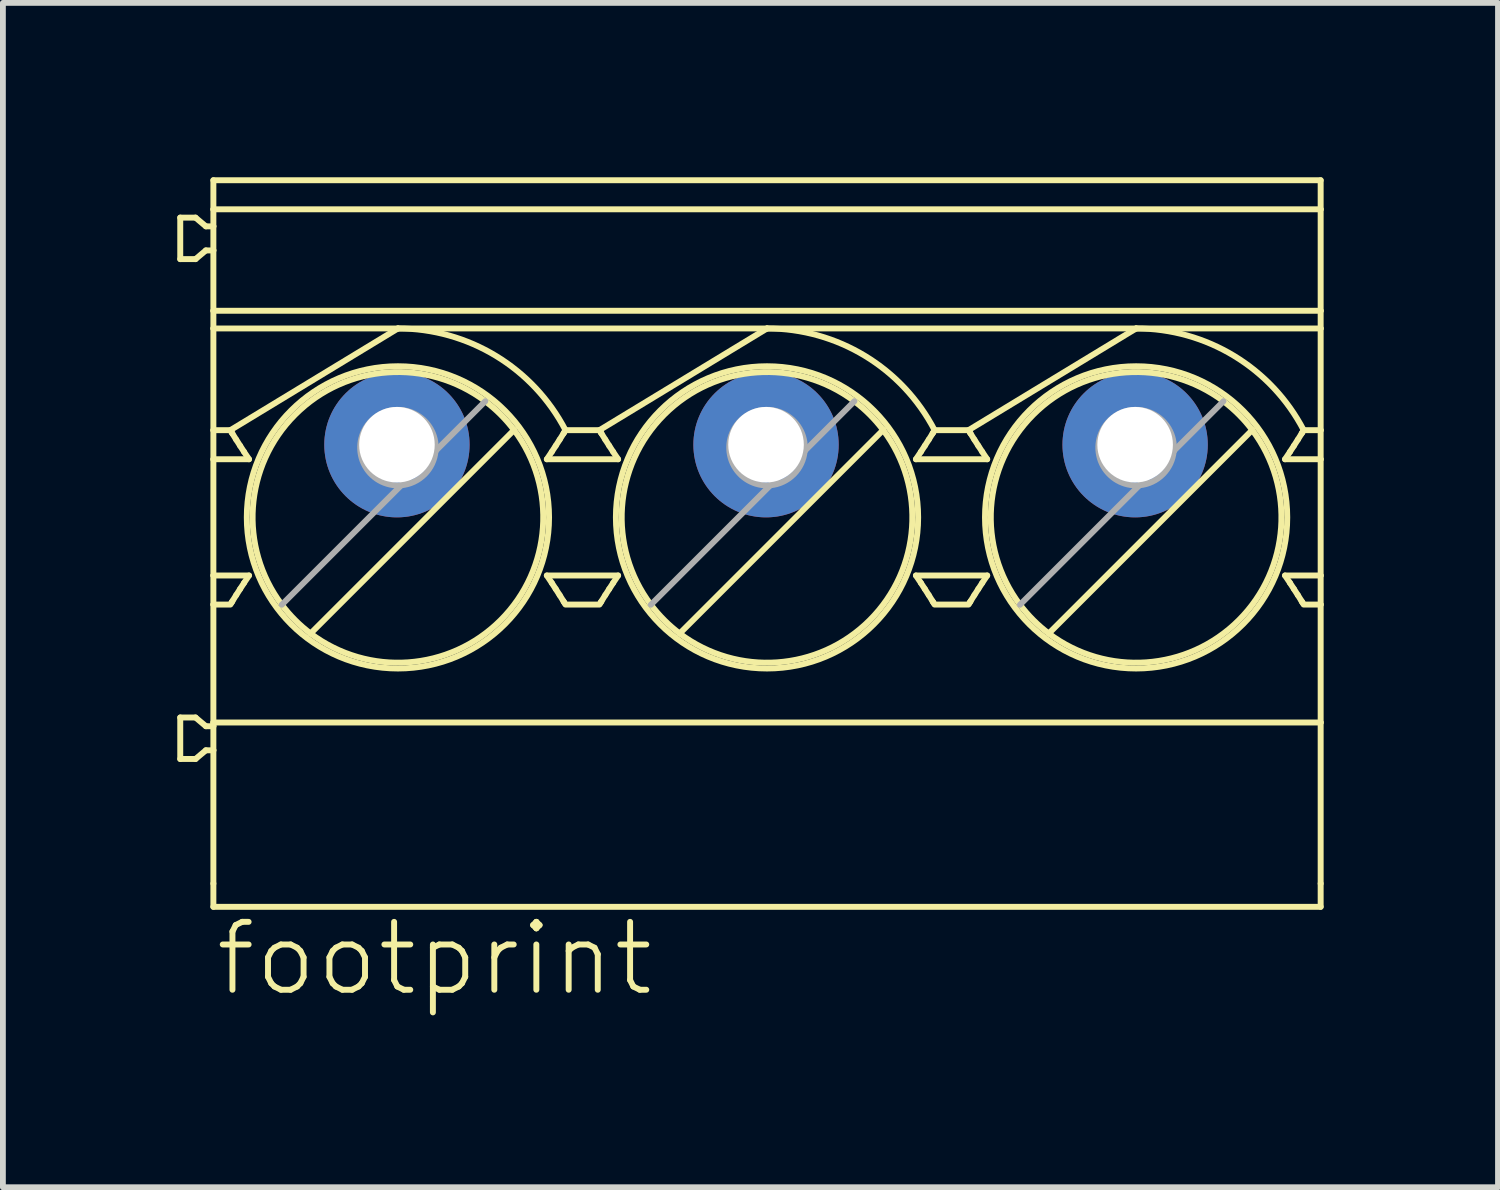
<source format=kicad_pcb>
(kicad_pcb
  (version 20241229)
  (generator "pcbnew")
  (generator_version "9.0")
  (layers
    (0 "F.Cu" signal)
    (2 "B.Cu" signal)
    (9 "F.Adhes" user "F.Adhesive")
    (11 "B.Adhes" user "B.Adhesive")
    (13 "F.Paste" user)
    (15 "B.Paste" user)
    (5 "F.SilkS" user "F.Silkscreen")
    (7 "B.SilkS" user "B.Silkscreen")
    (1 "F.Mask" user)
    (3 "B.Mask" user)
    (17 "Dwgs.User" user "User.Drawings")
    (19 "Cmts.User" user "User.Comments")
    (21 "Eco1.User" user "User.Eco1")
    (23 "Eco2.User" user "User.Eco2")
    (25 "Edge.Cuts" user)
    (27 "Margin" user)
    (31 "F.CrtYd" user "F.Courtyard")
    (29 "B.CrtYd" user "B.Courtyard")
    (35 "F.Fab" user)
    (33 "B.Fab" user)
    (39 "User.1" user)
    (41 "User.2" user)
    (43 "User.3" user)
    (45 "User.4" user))
  (footprint "footprint"
    (layer "F.Cu")
    (at 10.129 4.601)
    (property "Reference" "footprint" (at -9.525 9.525 0) (layer "F.SilkS") (effects (font (size 1.168 1.168) (thickness 0.102)) (justify left bottom)))
    (fp_line (start -10.078 -3.907) (end -10.078 -3.193) (stroke (width 0.102) (type solid)) (layer "F.SilkS"))
    (fp_line (start -10.078 -3.193) (end -9.815 -3.193) (stroke (width 0.102) (type solid)) (layer "F.SilkS"))
    (fp_line (start -10.078 4.693) (end -10.078 5.407) (stroke (width 0.102) (type solid)) (layer "F.SilkS"))
    (fp_line (start -10.078 5.407) (end -9.815 5.407) (stroke (width 0.102) (type solid)) (layer "F.SilkS"))
    (fp_line (start -9.815 -3.907) (end -10.078 -3.907) (stroke (width 0.102) (type solid)) (layer "F.SilkS"))
    (fp_line (start -9.815 -3.193) (end -9.637 -3.343) (stroke (width 0.102) (type solid)) (layer "F.SilkS"))
    (fp_line (start -9.815 4.693) (end -10.078 4.693) (stroke (width 0.102) (type solid)) (layer "F.SilkS"))
    (fp_line (start -9.815 5.407) (end -9.637 5.257) (stroke (width 0.102) (type solid)) (layer "F.SilkS"))
    (fp_line (start -9.637 -3.757) (end -9.815 -3.907) (stroke (width 0.102) (type solid)) (layer "F.SilkS"))
    (fp_line (start -9.637 -3.343) (end -9.508 -3.343) (stroke (width 0.102) (type solid)) (layer "F.SilkS"))
    (fp_line (start -9.637 4.843) (end -9.815 4.693) (stroke (width 0.102) (type solid)) (layer "F.SilkS"))
    (fp_line (start -9.637 5.257) (end -9.508 5.257) (stroke (width 0.102) (type solid)) (layer "F.SilkS"))
    (fp_line (start -9.508 -4.05) (end -9.508 -4.55) (stroke (width 0.102) (type solid)) (layer "F.SilkS"))
    (fp_line (start -9.508 -3.757) (end -9.637 -3.757) (stroke (width 0.102) (type solid)) (layer "F.SilkS"))
    (fp_line (start -9.508 -3.757) (end -9.508 -4.05) (stroke (width 0.102) (type solid)) (layer "F.SilkS"))
    (fp_line (start -9.508 -3.343) (end -9.508 -3.757) (stroke (width 0.102) (type solid)) (layer "F.SilkS"))
    (fp_line (start -9.508 -2.304) (end -9.508 -3.343) (stroke (width 0.102) (type solid)) (layer "F.SilkS"))
    (fp_line (start -9.508 -2.304) (end -9.508 -2) (stroke (width 0.102) (type solid)) (layer "F.SilkS"))
    (fp_line (start -9.508 -2.304) (end 9.542 -2.304) (stroke (width 0.102) (type solid)) (layer "F.SilkS"))
    (fp_line (start -9.508 -2) (end -9.508 -0.25) (stroke (width 0.102) (type solid)) (layer "F.SilkS"))
    (fp_line (start -9.508 -2) (end -6.333 -2) (stroke (width 0.102) (type solid)) (layer "F.SilkS"))
    (fp_line (start -9.508 -0.25) (end -9.508 0.25) (stroke (width 0.102) (type solid)) (layer "F.SilkS"))
    (fp_line (start -9.508 -0.25) (end -9.216 -0.25) (stroke (width 0.102) (type solid)) (layer "F.SilkS"))
    (fp_line (start -9.508 0.25) (end -9.508 2.25) (stroke (width 0.102) (type solid)) (layer "F.SilkS"))
    (fp_line (start -9.508 0.25) (end -8.895 0.25) (stroke (width 0.102) (type solid)) (layer "F.SilkS"))
    (fp_line (start -9.508 2.25) (end -9.508 2.75) (stroke (width 0.102) (type solid)) (layer "F.SilkS"))
    (fp_line (start -9.508 2.75) (end -9.508 4.779) (stroke (width 0.102) (type solid)) (layer "F.SilkS"))
    (fp_line (start -9.508 4.779) (end -9.508 4.843) (stroke (width 0.102) (type solid)) (layer "F.SilkS"))
    (fp_line (start -9.508 4.843) (end -9.637 4.843) (stroke (width 0.102) (type solid)) (layer "F.SilkS"))
    (fp_line (start -9.508 4.843) (end -9.508 5.257) (stroke (width 0.102) (type solid)) (layer "F.SilkS"))
    (fp_line (start -9.508 5.257) (end -9.508 7.55) (stroke (width 0.102) (type solid)) (layer "F.SilkS"))
    (fp_line (start -9.508 7.55) (end -9.508 7.95) (stroke (width 0.102) (type solid)) (layer "F.SilkS"))
    (fp_line (start -9.508 7.95) (end 9.542 7.95) (stroke (width 0.102) (type solid)) (layer "F.SilkS"))
    (fp_line (start -9.216 2.75) (end -9.508 2.75) (stroke (width 0.102) (type solid)) (layer "F.SilkS"))
    (fp_line (start -9.205 -0.232) (end -9.193 -0.212) (stroke (width 0.102) (type solid)) (layer "F.SilkS"))
    (fp_line (start -9.193 -0.212) (end -9.181 -0.192) (stroke (width 0.102) (type solid)) (layer "F.SilkS"))
    (fp_line (start -9.193 2.712) (end -9.205 2.732) (stroke (width 0.102) (type solid)) (layer "F.SilkS"))
    (fp_line (start -9.181 2.692) (end -9.193 2.712) (stroke (width 0.102) (type solid)) (layer "F.SilkS"))
    (fp_line (start -9.115 -0.087) (end -9.048 0.018) (stroke (width 0.102) (type solid)) (layer "F.SilkS"))
    (fp_line (start -9.048 2.482) (end -9.115 2.587) (stroke (width 0.102) (type solid)) (layer "F.SilkS"))
    (fp_line (start -9.048 0.018) (end -8.981 0.121) (stroke (width 0.102) (type solid)) (layer "F.SilkS"))
    (fp_line (start -8.981 2.379) (end -9.048 2.482) (stroke (width 0.102) (type solid)) (layer "F.SilkS"))
    (fp_line (start -8.895 2.25) (end -9.508 2.25) (stroke (width 0.102) (type solid)) (layer "F.SilkS"))
    (fp_line (start -8.331 2.753) (end -8.331 2.753) (stroke (width 0.102) (type solid)) (layer "F.SilkS"))
    (fp_line (start -6.333 -2) (end -9.216 -0.25) (stroke (width 0.102) (type solid)) (layer "F.SilkS"))
    (fp_line (start -6.333 -2) (end 0.017 -2) (stroke (width 0.102) (type solid)) (layer "F.SilkS"))
    (fp_line (start -4.335 -0.253) (end -7.836 3.248) (stroke (width 0.102) (type solid)) (layer "F.SilkS"))
    (fp_line (start -3.771 0.25) (end -2.545 0.25) (stroke (width 0.102) (type solid)) (layer "F.SilkS"))
    (fp_line (start -3.685 0.121) (end -3.618 0.018) (stroke (width 0.102) (type solid)) (layer "F.SilkS"))
    (fp_line (start -3.618 0.018) (end -3.551 -0.087) (stroke (width 0.102) (type solid)) (layer "F.SilkS"))
    (fp_line (start -3.618 2.482) (end -3.685 2.379) (stroke (width 0.102) (type solid)) (layer "F.SilkS"))
    (fp_line (start -3.551 2.587) (end -3.618 2.482) (stroke (width 0.102) (type solid)) (layer "F.SilkS"))
    (fp_line (start -3.485 -0.192) (end -3.473 -0.212) (stroke (width 0.102) (type solid)) (layer "F.SilkS"))
    (fp_line (start -3.473 2.712) (end -3.485 2.692) (stroke (width 0.102) (type solid)) (layer "F.SilkS"))
    (fp_line (start -3.473 -0.212) (end -3.461 -0.232) (stroke (width 0.102) (type solid)) (layer "F.SilkS"))
    (fp_line (start -3.461 2.732) (end -3.473 2.712) (stroke (width 0.102) (type solid)) (layer "F.SilkS"))
    (fp_line (start -3.45 -0.25) (end -2.866 -0.25) (stroke (width 0.102) (type solid)) (layer "F.SilkS"))
    (fp_line (start -2.866 2.75) (end -3.45 2.75) (stroke (width 0.102) (type solid)) (layer "F.SilkS"))
    (fp_line (start -2.855 -0.232) (end -2.843 -0.212) (stroke (width 0.102) (type solid)) (layer "F.SilkS"))
    (fp_line (start -2.843 -0.212) (end -2.831 -0.192) (stroke (width 0.102) (type solid)) (layer "F.SilkS"))
    (fp_line (start -2.843 2.712) (end -2.855 2.732) (stroke (width 0.102) (type solid)) (layer "F.SilkS"))
    (fp_line (start -2.831 2.692) (end -2.843 2.712) (stroke (width 0.102) (type solid)) (layer "F.SilkS"))
    (fp_line (start -2.765 -0.087) (end -2.698 0.018) (stroke (width 0.102) (type solid)) (layer "F.SilkS"))
    (fp_line (start -2.698 0.018) (end -2.631 0.121) (stroke (width 0.102) (type solid)) (layer "F.SilkS"))
    (fp_line (start -2.698 2.482) (end -2.765 2.587) (stroke (width 0.102) (type solid)) (layer "F.SilkS"))
    (fp_line (start -2.631 2.379) (end -2.698 2.482) (stroke (width 0.102) (type solid)) (layer "F.SilkS"))
    (fp_line (start -2.545 2.25) (end -3.771 2.25) (stroke (width 0.102) (type solid)) (layer "F.SilkS"))
    (fp_line (start 0.017 -2) (end -2.866 -0.25) (stroke (width 0.102) (type solid)) (layer "F.SilkS"))
    (fp_line (start 0.017 -2) (end 6.367 -2) (stroke (width 0.102) (type solid)) (layer "F.SilkS"))
    (fp_line (start 2.015 -0.253) (end -1.486 3.248) (stroke (width 0.102) (type solid)) (layer "F.SilkS"))
    (fp_line (start 2.015 -0.253) (end 2.015 -0.253) (stroke (width 0.102) (type solid)) (layer "F.SilkS"))
    (fp_line (start 2.579 0.25) (end 3.805 0.25) (stroke (width 0.102) (type solid)) (layer "F.SilkS"))
    (fp_line (start 2.665 0.121) (end 2.732 0.018) (stroke (width 0.102) (type solid)) (layer "F.SilkS"))
    (fp_line (start 2.732 0.018) (end 2.799 -0.087) (stroke (width 0.102) (type solid)) (layer "F.SilkS"))
    (fp_line (start 2.732 2.482) (end 2.665 2.379) (stroke (width 0.102) (type solid)) (layer "F.SilkS"))
    (fp_line (start 2.799 2.587) (end 2.732 2.482) (stroke (width 0.102) (type solid)) (layer "F.SilkS"))
    (fp_line (start 2.865 -0.192) (end 2.877 -0.212) (stroke (width 0.102) (type solid)) (layer "F.SilkS"))
    (fp_line (start 2.877 -0.212) (end 2.889 -0.232) (stroke (width 0.102) (type solid)) (layer "F.SilkS"))
    (fp_line (start 2.877 2.712) (end 2.865 2.692) (stroke (width 0.102) (type solid)) (layer "F.SilkS"))
    (fp_line (start 2.889 2.732) (end 2.877 2.712) (stroke (width 0.102) (type solid)) (layer "F.SilkS"))
    (fp_line (start 2.9 -0.25) (end 3.484 -0.25) (stroke (width 0.102) (type solid)) (layer "F.SilkS"))
    (fp_line (start 3.484 2.75) (end 2.9 2.75) (stroke (width 0.102) (type solid)) (layer "F.SilkS"))
    (fp_line (start 3.495 -0.232) (end 3.507 -0.212) (stroke (width 0.102) (type solid)) (layer "F.SilkS"))
    (fp_line (start 3.495 2.732) (end 3.507 2.712) (stroke (width 0.102) (type solid)) (layer "F.SilkS"))
    (fp_line (start 3.507 -0.212) (end 3.519 -0.192) (stroke (width 0.102) (type solid)) (layer "F.SilkS"))
    (fp_line (start 3.507 2.712) (end 3.519 2.692) (stroke (width 0.102) (type solid)) (layer "F.SilkS"))
    (fp_line (start 3.585 -0.087) (end 3.652 0.018) (stroke (width 0.102) (type solid)) (layer "F.SilkS"))
    (fp_line (start 3.585 2.587) (end 3.652 2.482) (stroke (width 0.102) (type solid)) (layer "F.SilkS"))
    (fp_line (start 3.652 2.482) (end 3.719 2.379) (stroke (width 0.102) (type solid)) (layer "F.SilkS"))
    (fp_line (start 3.652 0.018) (end 3.719 0.121) (stroke (width 0.102) (type solid)) (layer "F.SilkS"))
    (fp_line (start 3.805 2.25) (end 2.579 2.25) (stroke (width 0.102) (type solid)) (layer "F.SilkS"))
    (fp_line (start 6.367 -2) (end 3.484 -0.25) (stroke (width 0.102) (type solid)) (layer "F.SilkS"))
    (fp_line (start 6.367 -2) (end 9.542 -2) (stroke (width 0.102) (type solid)) (layer "F.SilkS"))
    (fp_line (start 8.365 -0.253) (end 4.864 3.248) (stroke (width 0.102) (type solid)) (layer "F.SilkS"))
    (fp_line (start 8.365 -0.253) (end 8.365 -0.253) (stroke (width 0.102) (type solid)) (layer "F.SilkS"))
    (fp_line (start 8.929 0.25) (end 9.542 0.25) (stroke (width 0.102) (type solid)) (layer "F.SilkS"))
    (fp_line (start 9.015 0.121) (end 9.082 0.018) (stroke (width 0.102) (type solid)) (layer "F.SilkS"))
    (fp_line (start 9.015 2.379) (end 9.082 2.482) (stroke (width 0.102) (type solid)) (layer "F.SilkS"))
    (fp_line (start 9.082 2.482) (end 9.149 2.587) (stroke (width 0.102) (type solid)) (layer "F.SilkS"))
    (fp_line (start 9.082 0.018) (end 9.149 -0.087) (stroke (width 0.102) (type solid)) (layer "F.SilkS"))
    (fp_line (start 9.215 -0.192) (end 9.227 -0.212) (stroke (width 0.102) (type solid)) (layer "F.SilkS"))
    (fp_line (start 9.215 2.692) (end 9.227 2.712) (stroke (width 0.102) (type solid)) (layer "F.SilkS"))
    (fp_line (start 9.227 2.712) (end 9.239 2.732) (stroke (width 0.102) (type solid)) (layer "F.SilkS"))
    (fp_line (start 9.227 -0.212) (end 9.239 -0.232) (stroke (width 0.102) (type solid)) (layer "F.SilkS"))
    (fp_line (start 9.25 -0.25) (end 9.542 -0.25) (stroke (width 0.102) (type solid)) (layer "F.SilkS"))
    (fp_line (start 9.542 -4.55) (end -9.508 -4.55) (stroke (width 0.102) (type solid)) (layer "F.SilkS"))
    (fp_line (start 9.542 -4.05) (end -9.508 -4.05) (stroke (width 0.102) (type solid)) (layer "F.SilkS"))
    (fp_line (start 9.542 -4.05) (end 9.542 -4.55) (stroke (width 0.102) (type solid)) (layer "F.SilkS"))
    (fp_line (start 9.542 -4.05) (end 9.542 -2.304) (stroke (width 0.102) (type solid)) (layer "F.SilkS"))
    (fp_line (start 9.542 -2) (end 9.542 -2.304) (stroke (width 0.102) (type solid)) (layer "F.SilkS"))
    (fp_line (start 9.542 -0.25) (end 9.542 -2) (stroke (width 0.102) (type solid)) (layer "F.SilkS"))
    (fp_line (start 9.542 0.25) (end 9.542 -0.25) (stroke (width 0.102) (type solid)) (layer "F.SilkS"))
    (fp_line (start 9.542 2.25) (end 8.929 2.25) (stroke (width 0.102) (type solid)) (layer "F.SilkS"))
    (fp_line (start 9.542 2.25) (end 9.542 0.25) (stroke (width 0.102) (type solid)) (layer "F.SilkS"))
    (fp_line (start 9.542 2.75) (end 9.25 2.75) (stroke (width 0.102) (type solid)) (layer "F.SilkS"))
    (fp_line (start 9.542 2.75) (end 9.542 2.25) (stroke (width 0.102) (type solid)) (layer "F.SilkS"))
    (fp_line (start 9.542 4.779) (end -9.508 4.779) (stroke (width 0.102) (type solid)) (layer "F.SilkS"))
    (fp_line (start 9.542 4.779) (end 9.542 2.75) (stroke (width 0.102) (type solid)) (layer "F.SilkS"))
    (fp_line (start 9.542 7.55) (end 9.542 4.779) (stroke (width 0.102) (type solid)) (layer "F.SilkS"))
    (fp_line (start 9.542 7.55) (end 9.542 7.95) (stroke (width 0.102) (type solid)) (layer "F.SilkS"))
    (fp_arc (start -9.181 2.6924) (mid -9.148339 2.639564) (end -9.1154 2.5869) (stroke (width 0.1016) (type solid)) (layer "F.SilkS"))
    (fp_arc (start -9.1154 -0.0869) (mid -9.148337 -0.139565) (end -9.181 -0.1924) (stroke (width 0.1016) (type solid)) (layer "F.SilkS"))
    (fp_arc (start -8.9814 2.379) (mid -8.9383 2.314332) (end -8.8947 2.25) (stroke (width 0.1016) (type solid)) (layer "F.SilkS"))
    (fp_arc (start -8.8947 0.25) (mid -8.938297 0.185666) (end -8.9814 0.121) (stroke (width 0.1016) (type solid)) (layer "F.SilkS"))
    (fp_arc (start -8.3307 2.752798) (mid -8.100611 -0.517713) (end -4.8301 -0.7478) (stroke (width 0.1016) (type solid)) (layer "F.SilkS"))
    (fp_arc (start -7.8358 3.2479) (mid -8.100712 3.017812) (end -8.3308 2.7529) (stroke (width 0.1016) (type solid)) (layer "F.SilkS"))
    (fp_arc (start -6.332999 -1.999999) (mid -4.646615 -1.528293) (end -3.4498 -0.25) (stroke (width 0.1016) (type solid)) (layer "F.SilkS"))
    (fp_arc (start -4.8301 -0.7478) (mid -4.565192 -0.517762) (end -4.3351 -0.2529) (stroke (width 0.1016) (type solid)) (layer "F.SilkS"))
    (fp_arc (start -4.3351 -0.252902) (mid -4.56523 3.017668) (end -7.8358 3.2478) (stroke (width 0.1016) (type solid)) (layer "F.SilkS"))
    (fp_arc (start -3.7712 2.25) (mid -3.727653 2.314334) (end -3.6846 2.379) (stroke (width 0.1016) (type solid)) (layer "F.SilkS"))
    (fp_arc (start -3.6846 0.121) (mid -3.727651 0.185667) (end -3.7712 0.25) (stroke (width 0.1016) (type solid)) (layer "F.SilkS"))
    (fp_arc (start -3.5506 2.5869) (mid -3.517663 2.639565) (end -3.485 2.6924) (stroke (width 0.1016) (type solid)) (layer "F.SilkS"))
    (fp_arc (start -3.485 -0.1924) (mid -3.517662 -0.139564) (end -3.5506 -0.0869) (stroke (width 0.1016) (type solid)) (layer "F.SilkS"))
    (fp_arc (start -2.831 2.6924) (mid -2.798338 2.639564) (end -2.7654 2.5869) (stroke (width 0.1016) (type solid)) (layer "F.SilkS"))
    (fp_arc (start -2.7654 -0.0869) (mid -2.798337 -0.139565) (end -2.831 -0.1924) (stroke (width 0.1016) (type solid)) (layer "F.SilkS"))
    (fp_arc (start -2.6314 2.379) (mid -2.5883 2.314332) (end -2.5447 2.25) (stroke (width 0.1016) (type solid)) (layer "F.SilkS"))
    (fp_arc (start -2.5447 0.25) (mid -2.588297 0.185666) (end -2.6314 0.121) (stroke (width 0.1016) (type solid)) (layer "F.SilkS"))
    (fp_arc (start -1.9808 2.7529) (mid -1.750841 -0.517841) (end 1.5199 -0.7478) (stroke (width 0.1016) (type solid)) (layer "F.SilkS"))
    (fp_arc (start -1.4858 3.2478) (mid -1.750708 3.017762) (end -1.9808 2.7529) (stroke (width 0.1016) (type solid)) (layer "F.SilkS"))
    (fp_arc (start 0.017 -2.0001) (mid 1.703394 -1.528336) (end 2.9002 -0.25) (stroke (width 0.1016) (type solid)) (layer "F.SilkS"))
    (fp_arc (start 1.5199 -0.7479) (mid 1.784812 -0.517812) (end 2.0149 -0.2529) (stroke (width 0.1016) (type solid)) (layer "F.SilkS"))
    (fp_arc (start 2.0148 -0.2528) (mid 1.784712 3.017712) (end -1.4858 3.2478) (stroke (width 0.1016) (type solid)) (layer "F.SilkS"))
    (fp_arc (start 2.5788 2.25) (mid 2.622347 2.314334) (end 2.6654 2.379) (stroke (width 0.1016) (type solid)) (layer "F.SilkS"))
    (fp_arc (start 2.6654 0.121) (mid 2.62235 0.185668) (end 2.5788 0.25) (stroke (width 0.1016) (type solid)) (layer "F.SilkS"))
    (fp_arc (start 2.7994 2.5869) (mid 2.832337 2.639565) (end 2.865 2.6924) (stroke (width 0.1016) (type solid)) (layer "F.SilkS"))
    (fp_arc (start 2.865 -0.1924) (mid 2.832338 -0.139564) (end 2.7994 -0.0869) (stroke (width 0.1016) (type solid)) (layer "F.SilkS"))
    (fp_arc (start 3.519 2.6924) (mid 3.551663 2.639565) (end 3.5846 2.5869) (stroke (width 0.1016) (type solid)) (layer "F.SilkS"))
    (fp_arc (start 3.5846 -0.0869) (mid 3.551663 -0.139565) (end 3.519 -0.1924) (stroke (width 0.1016) (type solid)) (layer "F.SilkS"))
    (fp_arc (start 3.7186 2.379) (mid 3.761703 2.314334) (end 3.8053 2.25) (stroke (width 0.1016) (type solid)) (layer "F.SilkS"))
    (fp_arc (start 3.8053 0.25) (mid 3.761703 0.185666) (end 3.7186 0.121) (stroke (width 0.1016) (type solid)) (layer "F.SilkS"))
    (fp_arc (start 4.3692 2.7529) (mid 4.599159 -0.517841) (end 7.8699 -0.7478) (stroke (width 0.1016) (type solid)) (layer "F.SilkS"))
    (fp_arc (start 4.8642 3.2478) (mid 4.599292 3.017762) (end 4.3692 2.7529) (stroke (width 0.1016) (type solid)) (layer "F.SilkS"))
    (fp_arc (start 6.367 -2.0001) (mid 8.053394 -1.528336) (end 9.2502 -0.25) (stroke (width 0.1016) (type solid)) (layer "F.SilkS"))
    (fp_arc (start 7.8699 -0.7479) (mid 8.134812 -0.517812) (end 8.3649 -0.2529) (stroke (width 0.1016) (type solid)) (layer "F.SilkS"))
    (fp_arc (start 8.3648 -0.2528) (mid 8.134712 3.017712) (end 4.8642 3.2478) (stroke (width 0.1016) (type solid)) (layer "F.SilkS"))
    (fp_arc (start 8.9288 2.25) (mid 8.97235 2.314332) (end 9.0154 2.379) (stroke (width 0.1016) (type solid)) (layer "F.SilkS"))
    (fp_arc (start 9.0154 0.121) (mid 8.972349 0.185667) (end 8.9288 0.25) (stroke (width 0.1016) (type solid)) (layer "F.SilkS"))
    (fp_arc (start 9.1494 2.5869) (mid 9.182339 2.639564) (end 9.215 2.6924) (stroke (width 0.1016) (type solid)) (layer "F.SilkS"))
    (fp_arc (start 9.215 -0.1924) (mid 9.182338 -0.139564) (end 9.1494 -0.0869) (stroke (width 0.1016) (type solid)) (layer "F.SilkS"))
    (fp_circle (center -6.333 1.25) (end -3.733 1.25) (stroke (width 0.102) (type solid)) (fill no) (layer "F.SilkS"))
    (fp_circle (center 0.017 1.25) (end 2.617 1.25) (stroke (width 0.102) (type solid)) (fill no) (layer "F.SilkS"))
    (fp_circle (center 6.367 1.25) (end 8.967 1.25) (stroke (width 0.102) (type solid)) (fill no) (layer "F.SilkS"))
    (fp_line (start -8.331 2.753) (end -6.275 0.697) (stroke (width 0.102) (type solid)) (layer "F.Fab"))
    (fp_line (start -6.275 0.697) (end -5.686 0.108) (stroke (width 0.102) (type solid)) (layer "F.Fab"))
    (fp_line (start -5.686 0.108) (end -4.83 -0.748) (stroke (width 0.102) (type solid)) (layer "F.Fab"))
    (fp_line (start -1.981 2.753) (end 0.075 0.697) (stroke (width 0.102) (type solid)) (layer "F.Fab"))
    (fp_line (start 0.075 0.697) (end 0.664 0.108) (stroke (width 0.102) (type solid)) (layer "F.Fab"))
    (fp_line (start 0.664 0.108) (end 1.52 -0.748) (stroke (width 0.102) (type solid)) (layer "F.Fab"))
    (fp_line (start 4.369 2.753) (end 6.425 0.697) (stroke (width 0.102) (type solid)) (layer "F.Fab"))
    (fp_line (start 6.425 0.697) (end 7.014 0.108) (stroke (width 0.102) (type solid)) (layer "F.Fab"))
    (fp_line (start 7.014 0.108) (end 7.87 -0.748) (stroke (width 0.102) (type solid)) (layer "F.Fab"))
    (fp_arc (start -6.275401 0.697399) (mid -6.792433 -0.409623) (end -5.6855 0.1076) (stroke (width 0.1016) (type solid)) (layer "F.Fab"))
    (fp_arc (start -5.685599 0.107599) (mid -5.87341 0.509589) (end -6.2754 0.6974) (stroke (width 0.1016) (type solid)) (layer "F.Fab"))
    (fp_arc (start 0.074598 0.6975) (mid -0.442661 -0.409662) (end 0.6645 0.1076) (stroke (width 0.1016) (type solid)) (layer "F.Fab"))
    (fp_arc (start 0.6644 0.107598) (mid 0.47659 0.509588) (end 0.0746 0.6974) (stroke (width 0.1016) (type solid)) (layer "F.Fab"))
    (fp_arc (start 6.424598 0.6975) (mid 5.907339 -0.409662) (end 7.0145 0.1076) (stroke (width 0.1016) (type solid)) (layer "F.Fab"))
    (fp_arc (start 7.0144 0.107598) (mid 6.82659 0.509588) (end 6.4246 0.6974) (stroke (width 0.1016) (type solid)) (layer "F.Fab"))
    (pad "1" thru_hole circle (at -6.35 0) (size 2.5 2.5) (drill 1.3) (layers "*.Cu" "*.Mask"))
    (pad "2" thru_hole circle (at 0 0) (size 2.5 2.5) (drill 1.3) (layers "*.Cu" "*.Mask"))
    (pad "3" thru_hole circle (at 6.35 0) (size 2.5 2.5) (drill 1.3) (layers "*.Cu" "*.Mask")))
  (gr_rect
    (start -3 -3)
    (end 22.722 17.376)
    (stroke (width 0.1) (type default))
    (fill no)
    (layer "Edge.Cuts")))
</source>
